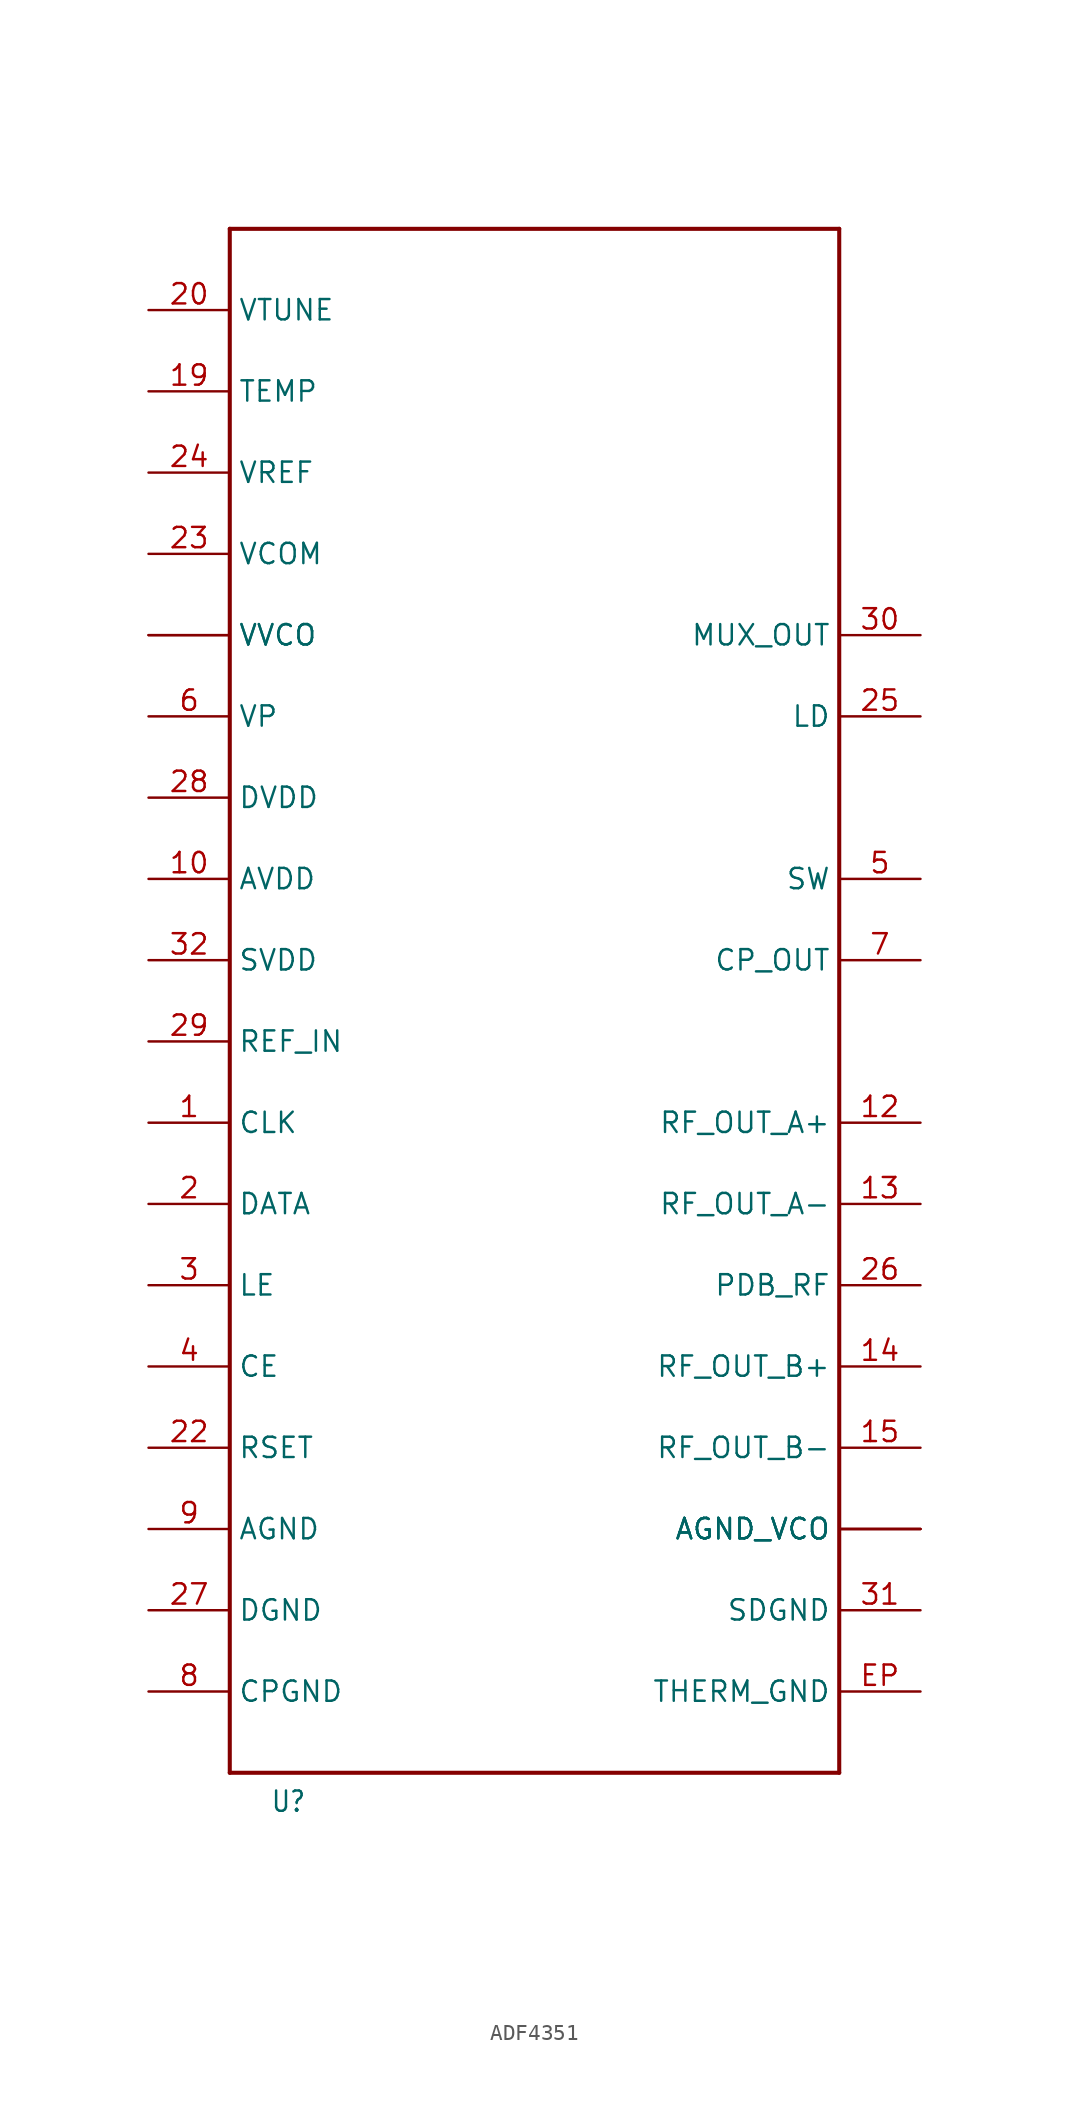
<source format=kicad_sym>
(kicad_symbol_lib
  (version 20231120)
  (generator "kicad_symbol_editor")
  (generator_version "8.0")
  (symbol "ADF4351"
    (property "Reference" "U"
      (at 2.54 -2.54 0)
      (effects (font (size 1.27 1.079)) (justify left bottom)))
    (property "Value" ""
      (at 2.54 -5.08 0)
      (effects (font (size 1.27 1.079)) (justify left bottom)))
    (property "ki_locked" ""
      (at 0 0 0)
      (effects (font (size 1.27 1.27))))
    (symbol "ADF4351_1_0"
      (polyline (pts (xy 0 0) (xy 38.1 0)) (stroke (width 0.254) (type solid)) (fill (type none)))
      (polyline (pts (xy 0 96.52) (xy 0 0)) (stroke (width 0.254) (type solid)) (fill (type none)))
      (polyline (pts (xy 38.1 0) (xy 38.1 96.52)) (stroke (width 0.254) (type solid)) (fill (type none)))
      (polyline (pts (xy 38.1 96.52) (xy 0 96.52)) (stroke (width 0.254) (type solid)) (fill (type none)))
      (pin bidirectional line (at -5.08 40.64 0) (length 5.08) (name "CLK" (effects (font (size 1.27 1.27)))) (number "1" (effects (font (size 1.27 1.27)))))
      (pin bidirectional line (at -5.08 55.88 0) (length 5.08) (name "AVDD" (effects (font (size 1.27 1.27)))) (number "10" (effects (font (size 1.27 1.27)))))
      (pin bidirectional line (at 43.18 15.24 180) (length 5.08) (name "AGND_VCO" (effects (font (size 1.27 1.27)))) (number "11" (effects (font (size 0 0)))))
      (pin bidirectional line (at 43.18 40.64 180) (length 5.08) (name "RF_OUT_A+" (effects (font (size 1.27 1.27)))) (number "12" (effects (font (size 1.27 1.27)))))
      (pin bidirectional line (at 43.18 35.56 180) (length 5.08) (name "RF_OUT_A-" (effects (font (size 1.27 1.27)))) (number "13" (effects (font (size 1.27 1.27)))))
      (pin bidirectional line (at 43.18 25.4 180) (length 5.08) (name "RF_OUT_B+" (effects (font (size 1.27 1.27)))) (number "14" (effects (font (size 1.27 1.27)))))
      (pin bidirectional line (at 43.18 20.32 180) (length 5.08) (name "RF_OUT_B-" (effects (font (size 1.27 1.27)))) (number "15" (effects (font (size 1.27 1.27)))))
      (pin bidirectional line (at -5.08 71.12 0) (length 5.08) (name "VVCO" (effects (font (size 1.27 1.27)))) (number "16" (effects (font (size 0 0)))))
      (pin bidirectional line (at -5.08 71.12 0) (length 5.08) (name "VVCO" (effects (font (size 1.27 1.27)))) (number "17" (effects (font (size 0 0)))))
      (pin bidirectional line (at 43.18 15.24 180) (length 5.08) (name "AGND_VCO" (effects (font (size 1.27 1.27)))) (number "18" (effects (font (size 0 0)))))
      (pin bidirectional line (at -5.08 86.36 0) (length 5.08) (name "TEMP" (effects (font (size 1.27 1.27)))) (number "19" (effects (font (size 1.27 1.27)))))
      (pin bidirectional line (at -5.08 35.56 0) (length 5.08) (name "DATA" (effects (font (size 1.27 1.27)))) (number "2" (effects (font (size 1.27 1.27)))))
      (pin bidirectional line (at -5.08 91.44 0) (length 5.08) (name "VTUNE" (effects (font (size 1.27 1.27)))) (number "20" (effects (font (size 1.27 1.27)))))
      (pin bidirectional line (at 43.18 15.24 180) (length 5.08) (name "AGND_VCO" (effects (font (size 1.27 1.27)))) (number "21" (effects (font (size 0 0)))))
      (pin bidirectional line (at -5.08 20.32 0) (length 5.08) (name "RSET" (effects (font (size 1.27 1.27)))) (number "22" (effects (font (size 1.27 1.27)))))
      (pin bidirectional line (at -5.08 76.2 0) (length 5.08) (name "VCOM" (effects (font (size 1.27 1.27)))) (number "23" (effects (font (size 1.27 1.27)))))
      (pin bidirectional line (at -5.08 81.28 0) (length 5.08) (name "VREF" (effects (font (size 1.27 1.27)))) (number "24" (effects (font (size 1.27 1.27)))))
      (pin bidirectional line (at 43.18 66.04 180) (length 5.08) (name "LD" (effects (font (size 1.27 1.27)))) (number "25" (effects (font (size 1.27 1.27)))))
      (pin bidirectional line (at 43.18 30.48 180) (length 5.08) (name "PDB_RF" (effects (font (size 1.27 1.27)))) (number "26" (effects (font (size 1.27 1.27)))))
      (pin bidirectional line (at -5.08 10.16 0) (length 5.08) (name "DGND" (effects (font (size 1.27 1.27)))) (number "27" (effects (font (size 1.27 1.27)))))
      (pin bidirectional line (at -5.08 60.96 0) (length 5.08) (name "DVDD" (effects (font (size 1.27 1.27)))) (number "28" (effects (font (size 1.27 1.27)))))
      (pin bidirectional line (at -5.08 45.72 0) (length 5.08) (name "REF_IN" (effects (font (size 1.27 1.27)))) (number "29" (effects (font (size 1.27 1.27)))))
      (pin bidirectional line (at -5.08 30.48 0) (length 5.08) (name "LE" (effects (font (size 1.27 1.27)))) (number "3" (effects (font (size 1.27 1.27)))))
      (pin bidirectional line (at 43.18 71.12 180) (length 5.08) (name "MUX_OUT" (effects (font (size 1.27 1.27)))) (number "30" (effects (font (size 1.27 1.27)))))
      (pin bidirectional line (at 43.18 10.16 180) (length 5.08) (name "SDGND" (effects (font (size 1.27 1.27)))) (number "31" (effects (font (size 1.27 1.27)))))
      (pin bidirectional line (at -5.08 50.8 0) (length 5.08) (name "SVDD" (effects (font (size 1.27 1.27)))) (number "32" (effects (font (size 1.27 1.27)))))
      (pin bidirectional line (at -5.08 25.4 0) (length 5.08) (name "CE" (effects (font (size 1.27 1.27)))) (number "4" (effects (font (size 1.27 1.27)))))
      (pin bidirectional line (at 43.18 55.88 180) (length 5.08) (name "SW" (effects (font (size 1.27 1.27)))) (number "5" (effects (font (size 1.27 1.27)))))
      (pin bidirectional line (at -5.08 66.04 0) (length 5.08) (name "VP" (effects (font (size 1.27 1.27)))) (number "6" (effects (font (size 1.27 1.27)))))
      (pin bidirectional line (at 43.18 50.8 180) (length 5.08) (name "CP_OUT" (effects (font (size 1.27 1.27)))) (number "7" (effects (font (size 1.27 1.27)))))
      (pin bidirectional line (at -5.08 5.08 0) (length 5.08) (name "CPGND" (effects (font (size 1.27 1.27)))) (number "8" (effects (font (size 1.27 1.27)))))
      (pin bidirectional line (at -5.08 15.24 0) (length 5.08) (name "AGND" (effects (font (size 1.27 1.27)))) (number "9" (effects (font (size 1.27 1.27)))))
      (pin bidirectional line (at 43.18 5.08 180) (length 5.08) (name "THERM_GND" (effects (font (size 1.27 1.27)))) (number "EP" (effects (font (size 1.27 1.27))))))))
</source>
